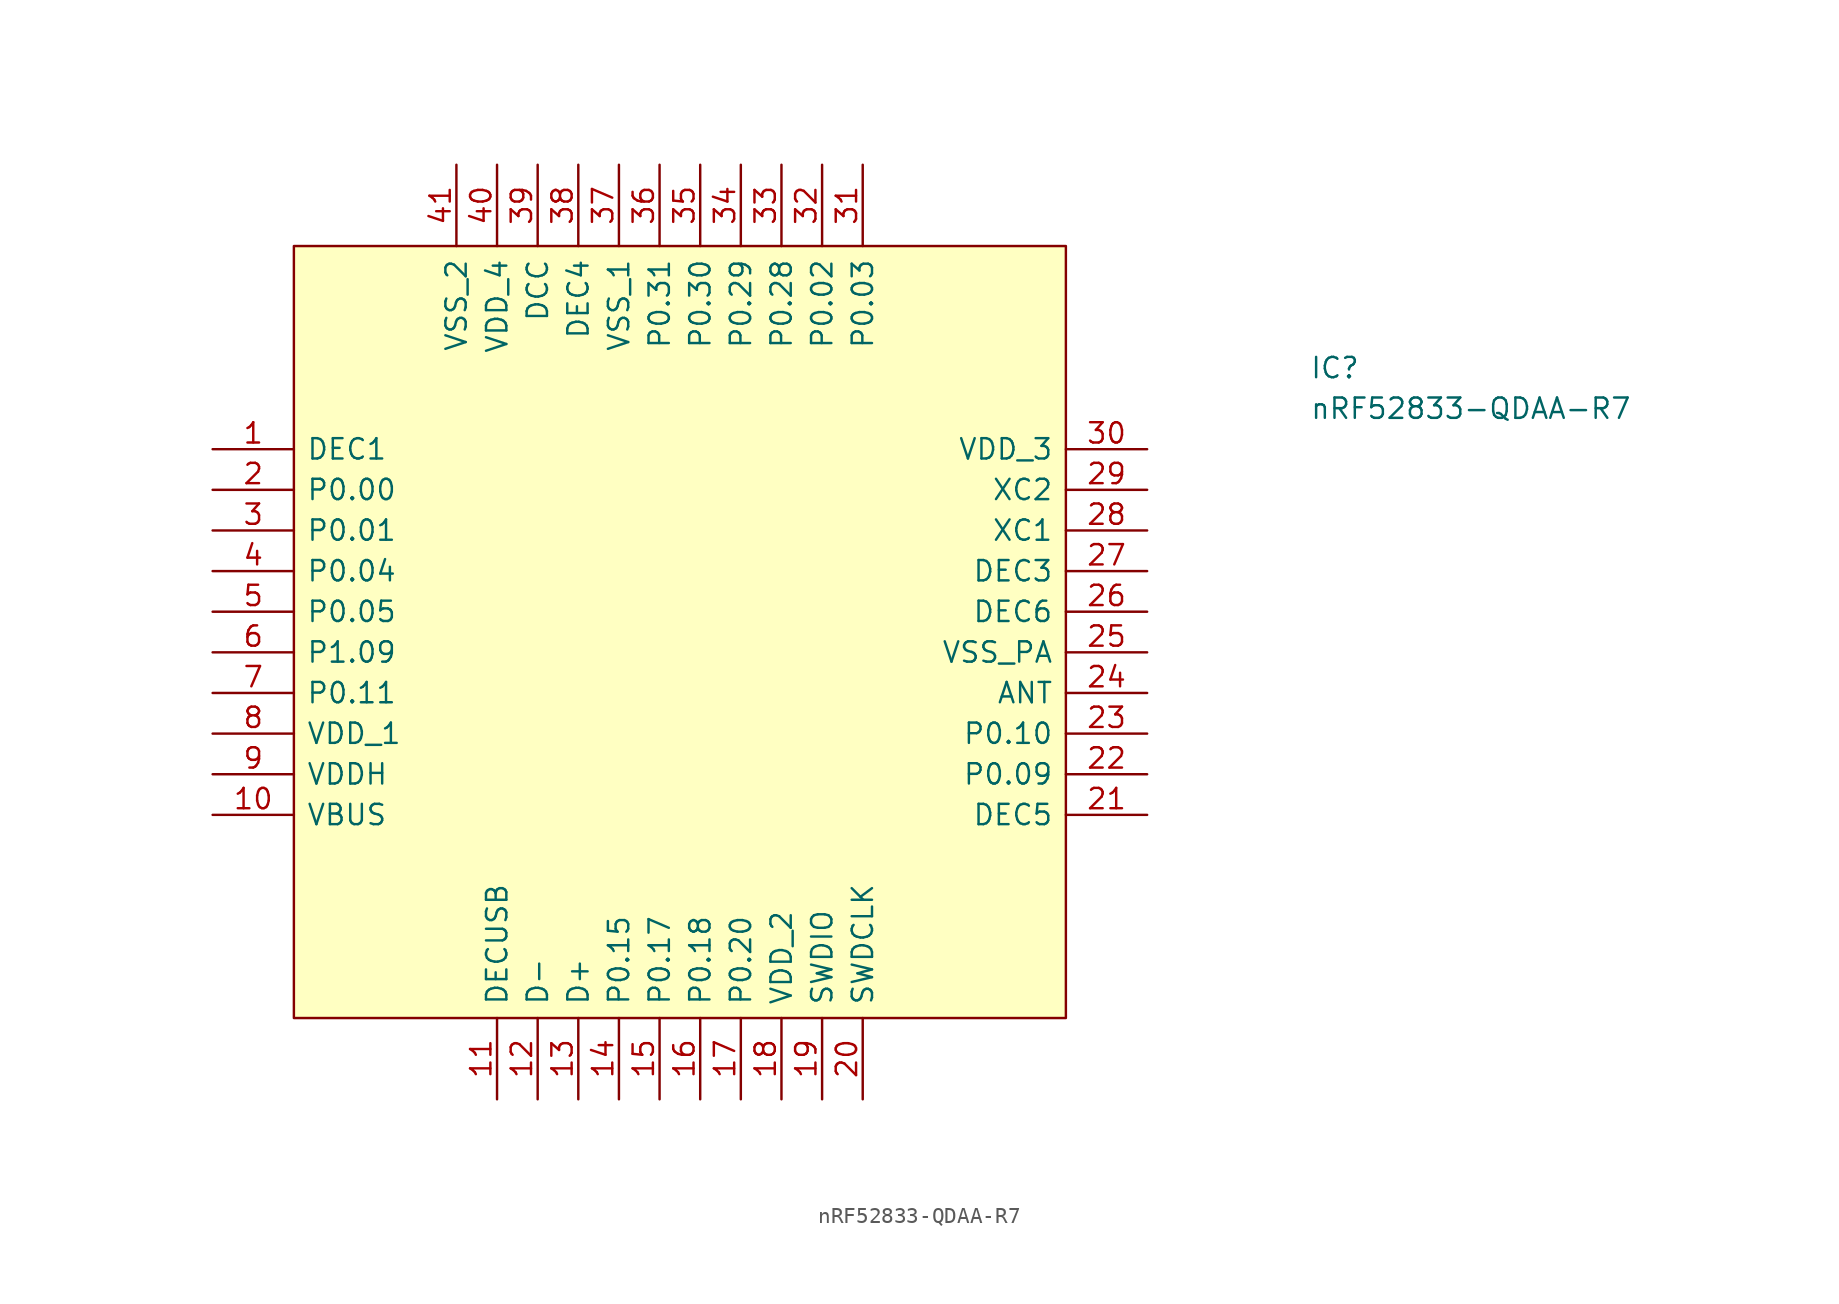
<source format=kicad_sym>
(kicad_symbol_lib
  (version 20211014)
  (generator kicad_symbol_editor)
  (symbol "nRF52833-QDAA-R7"
    (pin_names
      (offset 0.762))
    (property "Reference" "IC"
      (at 39.37 16.51 0)
      (effects (font (size 1.27 1.27)) (justify left)))
    (property "Value" "nRF52833-QDAA-R7"
      (at 39.37 13.97 0)
      (effects (font (size 1.27 1.27)) (justify left)))
    (symbol "nRF52833-QDAA-R7_0_0"
      (pin passive line (at -29.21 11.43 0) (length 5.08) (name "DEC1" (effects (font (size 1.27 1.27)))) (number "1" (effects (font (size 1.27 1.27)))))
      (pin passive line (at -29.21 -11.43 0) (length 5.08) (name "VBUS" (effects (font (size 1.27 1.27)))) (number "10" (effects (font (size 1.27 1.27)))))
      (pin passive line (at -11.43 -29.21 90) (length 5.08) (name "DECUSB" (effects (font (size 1.27 1.27)))) (number "11" (effects (font (size 1.27 1.27)))))
      (pin passive line (at -8.89 -29.21 90) (length 5.08) (name "D-" (effects (font (size 1.27 1.27)))) (number "12" (effects (font (size 1.27 1.27)))))
      (pin passive line (at -6.35 -29.21 90) (length 5.08) (name "D+" (effects (font (size 1.27 1.27)))) (number "13" (effects (font (size 1.27 1.27)))))
      (pin passive line (at -3.81 -29.21 90) (length 5.08) (name "P0.15" (effects (font (size 1.27 1.27)))) (number "14" (effects (font (size 1.27 1.27)))))
      (pin passive line (at -1.27 -29.21 90) (length 5.08) (name "P0.17" (effects (font (size 1.27 1.27)))) (number "15" (effects (font (size 1.27 1.27)))))
      (pin passive line (at 1.27 -29.21 90) (length 5.08) (name "P0.18" (effects (font (size 1.27 1.27)))) (number "16" (effects (font (size 1.27 1.27)))))
      (pin passive line (at 3.81 -29.21 90) (length 5.08) (name "P0.20" (effects (font (size 1.27 1.27)))) (number "17" (effects (font (size 1.27 1.27)))))
      (pin passive line (at 6.35 -29.21 90) (length 5.08) (name "VDD_2" (effects (font (size 1.27 1.27)))) (number "18" (effects (font (size 1.27 1.27)))))
      (pin passive line (at 8.89 -29.21 90) (length 5.08) (name "SWDIO" (effects (font (size 1.27 1.27)))) (number "19" (effects (font (size 1.27 1.27)))))
      (pin passive line (at -29.21 8.89 0) (length 5.08) (name "P0.00" (effects (font (size 1.27 1.27)))) (number "2" (effects (font (size 1.27 1.27)))))
      (pin passive line (at 11.43 -29.21 90) (length 5.08) (name "SWDCLK" (effects (font (size 1.27 1.27)))) (number "20" (effects (font (size 1.27 1.27)))))
      (pin passive line (at 29.21 -11.43 180) (length 5.08) (name "DEC5" (effects (font (size 1.27 1.27)))) (number "21" (effects (font (size 1.27 1.27)))))
      (pin passive line (at 29.21 -8.89 180) (length 5.08) (name "P0.09" (effects (font (size 1.27 1.27)))) (number "22" (effects (font (size 1.27 1.27)))))
      (pin passive line (at 29.21 -6.35 180) (length 5.08) (name "P0.10" (effects (font (size 1.27 1.27)))) (number "23" (effects (font (size 1.27 1.27)))))
      (pin passive line (at 29.21 -3.81 180) (length 5.08) (name "ANT" (effects (font (size 1.27 1.27)))) (number "24" (effects (font (size 1.27 1.27)))))
      (pin passive line (at 29.21 -1.27 180) (length 5.08) (name "VSS_PA" (effects (font (size 1.27 1.27)))) (number "25" (effects (font (size 1.27 1.27)))))
      (pin passive line (at 29.21 1.27 180) (length 5.08) (name "DEC6" (effects (font (size 1.27 1.27)))) (number "26" (effects (font (size 1.27 1.27)))))
      (pin passive line (at 29.21 3.81 180) (length 5.08) (name "DEC3" (effects (font (size 1.27 1.27)))) (number "27" (effects (font (size 1.27 1.27)))))
      (pin passive line (at 29.21 6.35 180) (length 5.08) (name "XC1" (effects (font (size 1.27 1.27)))) (number "28" (effects (font (size 1.27 1.27)))))
      (pin passive line (at 29.21 8.89 180) (length 5.08) (name "XC2" (effects (font (size 1.27 1.27)))) (number "29" (effects (font (size 1.27 1.27)))))
      (pin passive line (at -29.21 6.35 0) (length 5.08) (name "P0.01" (effects (font (size 1.27 1.27)))) (number "3" (effects (font (size 1.27 1.27)))))
      (pin passive line (at 29.21 11.43 180) (length 5.08) (name "VDD_3" (effects (font (size 1.27 1.27)))) (number "30" (effects (font (size 1.27 1.27)))))
      (pin passive line (at 11.43 29.21 270) (length 5.08) (name "P0.03" (effects (font (size 1.27 1.27)))) (number "31" (effects (font (size 1.27 1.27)))))
      (pin passive line (at 8.89 29.21 270) (length 5.08) (name "P0.02" (effects (font (size 1.27 1.27)))) (number "32" (effects (font (size 1.27 1.27)))))
      (pin passive line (at 6.35 29.21 270) (length 5.08) (name "P0.28" (effects (font (size 1.27 1.27)))) (number "33" (effects (font (size 1.27 1.27)))))
      (pin passive line (at 3.81 29.21 270) (length 5.08) (name "P0.29" (effects (font (size 1.27 1.27)))) (number "34" (effects (font (size 1.27 1.27)))))
      (pin passive line (at 1.27 29.21 270) (length 5.08) (name "P0.30" (effects (font (size 1.27 1.27)))) (number "35" (effects (font (size 1.27 1.27)))))
      (pin passive line (at -1.27 29.21 270) (length 5.08) (name "P0.31" (effects (font (size 1.27 1.27)))) (number "36" (effects (font (size 1.27 1.27)))))
      (pin passive line (at -3.81 29.21 270) (length 5.08) (name "VSS_1" (effects (font (size 1.27 1.27)))) (number "37" (effects (font (size 1.27 1.27)))))
      (pin passive line (at -6.35 29.21 270) (length 5.08) (name "DEC4" (effects (font (size 1.27 1.27)))) (number "38" (effects (font (size 1.27 1.27)))))
      (pin passive line (at -8.89 29.21 270) (length 5.08) (name "DCC" (effects (font (size 1.27 1.27)))) (number "39" (effects (font (size 1.27 1.27)))))
      (pin passive line (at -29.21 3.81 0) (length 5.08) (name "P0.04" (effects (font (size 1.27 1.27)))) (number "4" (effects (font (size 1.27 1.27)))))
      (pin passive line (at -11.43 29.21 270) (length 5.08) (name "VDD_4" (effects (font (size 1.27 1.27)))) (number "40" (effects (font (size 1.27 1.27)))))
      (pin passive line (at -13.97 29.21 270) (length 5.08) (name "VSS_2" (effects (font (size 1.27 1.27)))) (number "41" (effects (font (size 1.27 1.27)))))
      (pin passive line (at -29.21 1.27 0) (length 5.08) (name "P0.05" (effects (font (size 1.27 1.27)))) (number "5" (effects (font (size 1.27 1.27)))))
      (pin passive line (at -29.21 -1.27 0) (length 5.08) (name "P1.09" (effects (font (size 1.27 1.27)))) (number "6" (effects (font (size 1.27 1.27)))))
      (pin passive line (at -29.21 -3.81 0) (length 5.08) (name "P0.11" (effects (font (size 1.27 1.27)))) (number "7" (effects (font (size 1.27 1.27)))))
      (pin passive line (at -29.21 -6.35 0) (length 5.08) (name "VDD_1" (effects (font (size 1.27 1.27)))) (number "8" (effects (font (size 1.27 1.27)))))
      (pin passive line (at -29.21 -8.89 0) (length 5.08) (name "VDDH" (effects (font (size 1.27 1.27)))) (number "9" (effects (font (size 1.27 1.27))))))
    (symbol "nRF52833-QDAA-R7_0_1"
      (polyline (pts (xy -24.13 24.13) (xy 24.13 24.13) (xy 24.13 -24.13) (xy -24.13 -24.13) (xy -24.13 24.13)) (stroke (width 0.152) (type default) (color 0 0 0 0)) (fill (type background))))))
</source>
